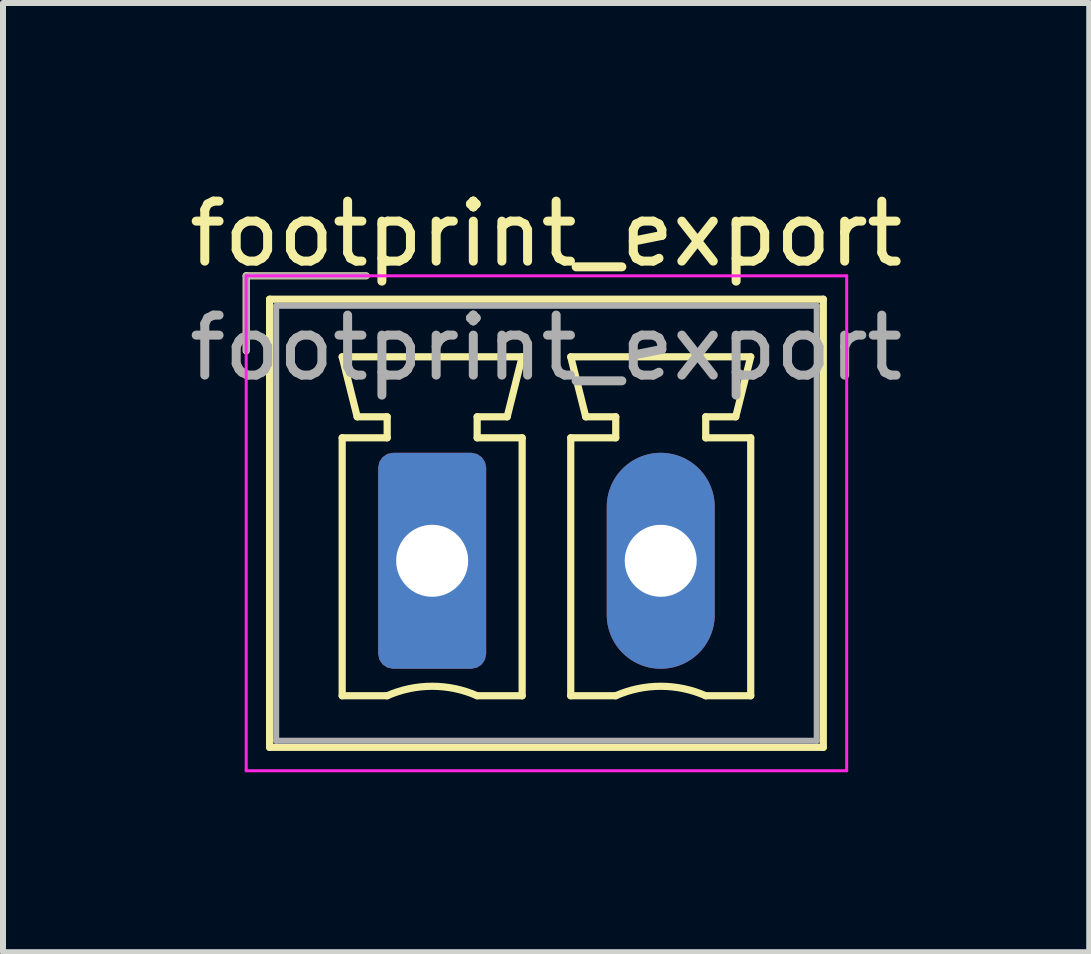
<source format=kicad_pcb>
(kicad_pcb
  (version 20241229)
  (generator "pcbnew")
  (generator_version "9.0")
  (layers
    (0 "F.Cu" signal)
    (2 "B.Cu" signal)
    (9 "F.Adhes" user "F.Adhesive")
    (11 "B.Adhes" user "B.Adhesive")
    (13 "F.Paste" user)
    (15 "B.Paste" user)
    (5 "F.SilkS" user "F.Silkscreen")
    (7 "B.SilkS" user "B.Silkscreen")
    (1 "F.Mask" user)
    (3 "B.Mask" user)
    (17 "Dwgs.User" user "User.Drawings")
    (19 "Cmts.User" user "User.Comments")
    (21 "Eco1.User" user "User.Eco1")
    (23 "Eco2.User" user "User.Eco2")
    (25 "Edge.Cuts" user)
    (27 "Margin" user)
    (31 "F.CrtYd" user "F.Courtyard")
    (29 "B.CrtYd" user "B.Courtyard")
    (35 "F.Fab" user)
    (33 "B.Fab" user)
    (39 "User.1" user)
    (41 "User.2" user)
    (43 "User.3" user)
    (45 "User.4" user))
  (footprint "footprint_export"
    (layer "F.Cu")
    (at 4.154 6.298)
    (property "Reference" "footprint_export" (at 1.9 -5.45 0) (layer "F.SilkS") (effects (font (size 1 1) (thickness 0.15))))
    (attr through_hole)
    (fp_line (start -3.1 -4.75) (end -1.1 -4.75) (stroke (width 0.12) (type solid)) (layer "F.SilkS"))
    (fp_line (start -3.1 -3.5) (end -3.1 -4.75) (stroke (width 0.12) (type solid)) (layer "F.SilkS"))
    (fp_line (start -2.71 -4.36) (end -2.71 3.11) (stroke (width 0.12) (type solid)) (layer "F.SilkS"))
    (fp_line (start -2.71 3.11) (end 6.52 3.11) (stroke (width 0.12) (type solid)) (layer "F.SilkS"))
    (fp_line (start -1.5 -3.4) (end 1.5 -3.4) (stroke (width 0.12) (type solid)) (layer "F.SilkS"))
    (fp_line (start -1.5 -2.05) (end -0.75 -2.05) (stroke (width 0.12) (type solid)) (layer "F.SilkS"))
    (fp_line (start -1.5 2.25) (end -1.5 -2.05) (stroke (width 0.12) (type solid)) (layer "F.SilkS"))
    (fp_line (start -1.25 -2.4) (end -1.5 -3.4) (stroke (width 0.12) (type solid)) (layer "F.SilkS"))
    (fp_line (start -0.75 -2.4) (end -1.25 -2.4) (stroke (width 0.12) (type solid)) (layer "F.SilkS"))
    (fp_line (start -0.75 -2.05) (end -0.75 -2.4) (stroke (width 0.12) (type solid)) (layer "F.SilkS"))
    (fp_line (start -0.75 2.25) (end -1.5 2.25) (stroke (width 0.12) (type solid)) (layer "F.SilkS"))
    (fp_line (start 0.75 -2.4) (end 0.75 -2.05) (stroke (width 0.12) (type solid)) (layer "F.SilkS"))
    (fp_line (start 0.75 -2.05) (end 1.5 -2.05) (stroke (width 0.12) (type solid)) (layer "F.SilkS"))
    (fp_line (start 1.25 -2.4) (end 0.75 -2.4) (stroke (width 0.12) (type solid)) (layer "F.SilkS"))
    (fp_line (start 1.5 -3.4) (end 1.25 -2.4) (stroke (width 0.12) (type solid)) (layer "F.SilkS"))
    (fp_line (start 1.5 -2.05) (end 1.5 2.25) (stroke (width 0.12) (type solid)) (layer "F.SilkS"))
    (fp_line (start 1.5 2.25) (end 0.75 2.25) (stroke (width 0.12) (type solid)) (layer "F.SilkS"))
    (fp_line (start 2.31 -3.4) (end 5.31 -3.4) (stroke (width 0.12) (type solid)) (layer "F.SilkS"))
    (fp_line (start 2.31 -2.05) (end 3.06 -2.05) (stroke (width 0.12) (type solid)) (layer "F.SilkS"))
    (fp_line (start 2.31 2.25) (end 2.31 -2.05) (stroke (width 0.12) (type solid)) (layer "F.SilkS"))
    (fp_line (start 2.56 -2.4) (end 2.31 -3.4) (stroke (width 0.12) (type solid)) (layer "F.SilkS"))
    (fp_line (start 3.06 -2.4) (end 2.56 -2.4) (stroke (width 0.12) (type solid)) (layer "F.SilkS"))
    (fp_line (start 3.06 -2.05) (end 3.06 -2.4) (stroke (width 0.12) (type solid)) (layer "F.SilkS"))
    (fp_line (start 3.06 2.25) (end 2.31 2.25) (stroke (width 0.12) (type solid)) (layer "F.SilkS"))
    (fp_line (start 4.56 -2.4) (end 4.56 -2.05) (stroke (width 0.12) (type solid)) (layer "F.SilkS"))
    (fp_line (start 4.56 -2.05) (end 5.31 -2.05) (stroke (width 0.12) (type solid)) (layer "F.SilkS"))
    (fp_line (start 5.06 -2.4) (end 4.56 -2.4) (stroke (width 0.12) (type solid)) (layer "F.SilkS"))
    (fp_line (start 5.31 -3.4) (end 5.06 -2.4) (stroke (width 0.12) (type solid)) (layer "F.SilkS"))
    (fp_line (start 5.31 -2.05) (end 5.31 2.25) (stroke (width 0.12) (type solid)) (layer "F.SilkS"))
    (fp_line (start 5.31 2.25) (end 4.56 2.25) (stroke (width 0.12) (type solid)) (layer "F.SilkS"))
    (fp_line (start 6.52 -4.36) (end -2.71 -4.36) (stroke (width 0.12) (type solid)) (layer "F.SilkS"))
    (fp_line (start 6.52 3.11) (end 6.52 -4.36) (stroke (width 0.12) (type solid)) (layer "F.SilkS"))
    (fp_arc (start -0.75 2.25) (mid -0.000193 2.09191) (end 0.749647 2.249844) (stroke (width 0.12) (type solid)) (layer "F.SilkS"))
    (fp_arc (start 3.06 2.25) (mid 3.809807 2.09191) (end 4.559647 2.249844) (stroke (width 0.12) (type solid)) (layer "F.SilkS"))
    (fp_line (start -3.1 -4.75) (end -3.1 3.5) (stroke (width 0.05) (type solid)) (layer "F.CrtYd"))
    (fp_line (start -3.1 3.5) (end 6.91 3.5) (stroke (width 0.05) (type solid)) (layer "F.CrtYd"))
    (fp_line (start 6.91 -4.75) (end -3.1 -4.75) (stroke (width 0.05) (type solid)) (layer "F.CrtYd"))
    (fp_line (start 6.91 3.5) (end 6.91 -4.75) (stroke (width 0.05) (type solid)) (layer "F.CrtYd"))
    (fp_line (start -3.1 -4.75) (end -1.1 -4.75) (stroke (width 0.1) (type solid)) (layer "F.Fab"))
    (fp_line (start -3.1 -3.5) (end -3.1 -4.75) (stroke (width 0.1) (type solid)) (layer "F.Fab"))
    (fp_line (start -2.6 -4.25) (end -2.6 3) (stroke (width 0.1) (type solid)) (layer "F.Fab"))
    (fp_line (start -2.6 3) (end 6.41 3) (stroke (width 0.1) (type solid)) (layer "F.Fab"))
    (fp_line (start 6.41 -4.25) (end -2.6 -4.25) (stroke (width 0.1) (type solid)) (layer "F.Fab"))
    (fp_line (start 6.41 3) (end 6.41 -4.25) (stroke (width 0.1) (type solid)) (layer "F.Fab"))
    (fp_text user "${REFERENCE}" (at 1.9 -3.55 0) (layer "F.Fab") (effects (font (size 1 1) (thickness 0.15))))
    (pad "1" thru_hole roundrect (at 0 0) (size 1.8 3.6) (drill 1.2) (layers "*.Cu" "*.Mask") (roundrect_rratio 0.139))
    (pad "2" thru_hole oval (at 3.81 0) (size 1.8 3.6) (drill 1.2) (layers "*.Cu" "*.Mask")))
  (gr_rect
    (start -3 -3)
    (end 15.107 12.823)
    (stroke (width 0.1) (type default))
    (fill no)
    (layer "Edge.Cuts")))
</source>
